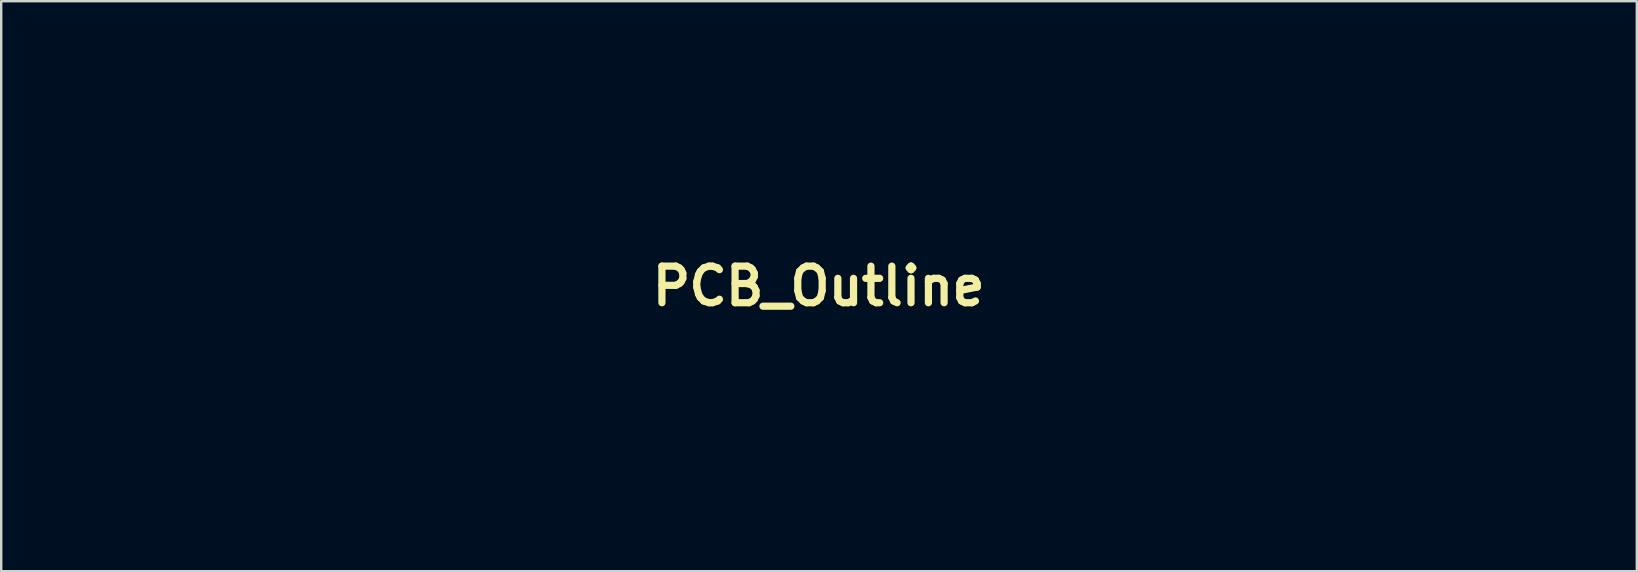
<source format=kicad_pcb>
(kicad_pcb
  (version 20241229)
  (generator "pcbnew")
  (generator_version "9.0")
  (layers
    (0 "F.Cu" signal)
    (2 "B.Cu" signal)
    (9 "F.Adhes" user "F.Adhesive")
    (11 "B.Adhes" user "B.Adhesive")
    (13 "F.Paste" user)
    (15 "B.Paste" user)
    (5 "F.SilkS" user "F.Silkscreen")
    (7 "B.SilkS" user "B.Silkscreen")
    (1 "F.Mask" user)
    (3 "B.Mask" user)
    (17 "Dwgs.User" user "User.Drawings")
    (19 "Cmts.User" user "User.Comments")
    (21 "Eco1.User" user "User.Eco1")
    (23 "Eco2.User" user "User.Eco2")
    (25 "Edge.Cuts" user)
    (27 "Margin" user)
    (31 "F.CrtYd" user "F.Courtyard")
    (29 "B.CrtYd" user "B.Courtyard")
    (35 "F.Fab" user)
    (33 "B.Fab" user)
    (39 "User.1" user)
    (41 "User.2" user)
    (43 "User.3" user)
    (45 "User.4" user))
  (footprint "PCB_Outline"
    (layer "F.Cu")
    (at 31.062 8.874)
    (property "Reference" "PCB_Outline" (at 0 0 0) (layer "F.SilkS") (effects (font (size 1.524 1.524) (thickness 0.3))))
    (attr through_hole)
    (fp_poly (pts (xy 31.084 5.176) (xy 27.391 8.869) (xy -27.364 8.869) (xy -28.674 7.559) (xy -25.804 7.559) (xy -25.802 7.708) (xy -25.768 7.851) (xy -25.704 7.971) (xy -25.658 8.022) (xy -25.52 8.106) (xy -25.36 8.151) (xy -25.193 8.153) (xy -25.037 8.111) (xy -25.015 8.1) (xy -24.894 8.01) (xy -24.807 7.885) (xy -24.756 7.738) (xy -24.75 7.638) (xy -23.263 7.638) (xy -23.247 7.788) (xy -23.231 7.84) (xy -23.166 7.951) (xy -23.069 8.052) (xy -22.97 8.117) (xy -22.872 8.143) (xy -22.748 8.153) (xy -22.623 8.148) (xy -22.525 8.126) (xy -22.423 8.067) (xy -22.324 7.974) (xy -22.249 7.867) (xy -22.249 7.867) (xy -22.211 7.745) (xy -22.207 7.631) (xy -20.718 7.631) (xy -20.714 7.743) (xy -20.698 7.823) (xy -20.665 7.894) (xy -20.643 7.93) (xy -20.549 8.042) (xy -20.438 8.112) (xy -20.299 8.145) (xy -20.166 8.149) (xy -20.054 8.141) (xy -19.976 8.124) (xy -19.912 8.093) (xy -19.868 8.062) (xy -19.757 7.946) (xy -19.689 7.808) (xy -19.668 7.686) (xy -18.175 7.686) (xy -18.135 7.847) (xy -18.127 7.867) (xy -18.039 8.004) (xy -17.921 8.096) (xy -17.771 8.146) (xy -17.648 8.155) (xy -17.482 8.137) (xy -17.383 8.101) (xy -17.261 8.011) (xy -17.175 7.891) (xy -17.127 7.752) (xy -17.118 7.629) (xy -15.634 7.629) (xy -15.623 7.77) (xy -15.59 7.867) (xy -15.52 7.968) (xy -15.428 8.058) (xy -15.333 8.12) (xy -15.322 8.125) (xy -15.226 8.146) (xy -15.102 8.153) (xy -14.978 8.143) (xy -14.879 8.119) (xy -14.875 8.118) (xy -14.746 8.035) (xy -14.653 7.921) (xy -14.595 7.786) (xy -14.575 7.639) (xy -14.583 7.561) (xy -13.09 7.561) (xy -13.086 7.718) (xy -13.041 7.867) (xy -12.959 7.996) (xy -12.843 8.092) (xy -12.831 8.099) (xy -12.703 8.141) (xy -12.554 8.155) (xy -12.407 8.138) (xy -12.308 8.103) (xy -12.173 8.006) (xy -12.08 7.875) (xy -12.033 7.717) (xy -12.027 7.634) (xy -12.038 7.562) (xy -10.544 7.562) (xy -10.537 7.713) (xy -10.497 7.859) (xy -10.429 7.981) (xy -10.389 8.023) (xy -10.257 8.108) (xy -10.101 8.152) (xy -9.937 8.154) (xy -9.781 8.112) (xy -9.73 8.086) (xy -9.612 7.987) (xy -9.532 7.858) (xy -9.49 7.708) (xy -9.49 7.674) (xy -8.003 7.674) (xy -7.975 7.818) (xy -7.91 7.948) (xy -7.808 8.054) (xy -7.737 8.097) (xy -7.604 8.141) (xy -7.452 8.155) (xy -7.307 8.139) (xy -7.242 8.118) (xy -7.133 8.049) (xy -7.037 7.95) (xy -6.976 7.845) (xy -6.959 7.769) (xy -6.948 7.672) (xy -6.947 7.634) (xy -5.463 7.634) (xy -5.447 7.757) (xy -5.405 7.881) (xy -5.345 7.984) (xy -5.31 8.022) (xy -5.176 8.104) (xy -5.019 8.149) (xy -4.855 8.154) (xy -4.703 8.117) (xy -4.674 8.103) (xy -4.56 8.03) (xy -4.481 7.938) (xy -4.436 7.846) (xy -4.398 7.693) (xy -4.401 7.634) (xy -2.911 7.634) (xy -2.905 7.732) (xy -2.889 7.82) (xy -2.881 7.845) (xy -2.82 7.95) (xy -2.727 8.048) (xy -2.623 8.116) (xy -2.622 8.117) (xy -2.5 8.148) (xy -2.355 8.152) (xy -2.211 8.13) (xy -2.123 8.098) (xy -2.001 8.011) (xy -1.914 7.889) (xy -1.864 7.745) (xy -1.86 7.669) (xy -0.373 7.669) (xy -0.344 7.816) (xy -0.276 7.95) (xy -0.168 8.061) (xy -0.131 8.086) (xy -0.059 8.125) (xy 0.007 8.146) (xy 0.089 8.152) (xy 0.181 8.15) (xy 0.295 8.141) (xy 0.374 8.124) (xy 0.439 8.091) (xy 0.476 8.064) (xy 0.586 7.948) (xy 0.658 7.803) (xy 0.689 7.642) (xy 0.682 7.559) (xy 2.178 7.559) (xy 2.179 7.708) (xy 2.213 7.851) (xy 2.277 7.971) (xy 2.323 8.022) (xy 2.461 8.106) (xy 2.622 8.151) (xy 2.788 8.153) (xy 2.944 8.111) (xy 2.967 8.1) (xy 3.087 8.01) (xy 3.174 7.885) (xy 3.225 7.738) (xy 3.235 7.581) (xy 3.2 7.427) (xy 3.192 7.409) (xy 3.106 7.273) (xy 2.99 7.177) (xy 2.855 7.118) (xy 2.709 7.098) (xy 2.564 7.116) (xy 2.427 7.172) (xy 2.31 7.266) (xy 2.222 7.398) (xy 2.212 7.42) (xy 2.178 7.559) (xy 0.682 7.559) (xy 0.675 7.481) (xy 0.657 7.423) (xy 0.598 7.32) (xy 0.505 7.221) (xy 0.398 7.146) (xy 0.398 7.146) (xy 0.283 7.111) (xy 0.144 7.103) (xy 0.003 7.123) (xy -0.101 7.161) (xy -0.226 7.255) (xy -0.314 7.377) (xy -0.363 7.519) (xy -0.373 7.669) (xy -1.86 7.669) (xy -1.855 7.59) (xy -1.889 7.434) (xy -1.923 7.359) (xy -2.019 7.238) (xy -2.141 7.155) (xy -2.281 7.11) (xy -2.429 7.103) (xy -2.573 7.132) (xy -2.704 7.197) (xy -2.811 7.298) (xy -2.881 7.423) (xy -2.899 7.498) (xy -2.91 7.596) (xy -2.911 7.634) (xy -4.401 7.634) (xy -4.405 7.535) (xy -4.453 7.386) (xy -4.538 7.26) (xy -4.59 7.214) (xy -4.736 7.132) (xy -4.888 7.099) (xy -5.039 7.109) (xy -5.179 7.159) (xy -5.299 7.245) (xy -5.392 7.363) (xy -5.449 7.508) (xy -5.463 7.634) (xy -6.947 7.634) (xy -6.953 7.536) (xy -6.969 7.448) (xy -6.976 7.423) (xy -7.054 7.291) (xy -7.167 7.191) (xy -7.306 7.126) (xy -7.459 7.1) (xy -7.615 7.117) (xy -7.743 7.168) (xy -7.864 7.263) (xy -7.948 7.386) (xy -7.994 7.526) (xy -8.003 7.674) (xy -9.49 7.674) (xy -9.49 7.551) (xy -9.532 7.397) (xy -9.589 7.297) (xy -9.684 7.206) (xy -9.813 7.141) (xy -9.96 7.106) (xy -10.108 7.104) (xy -10.24 7.139) (xy -10.256 7.146) (xy -10.363 7.221) (xy -10.455 7.32) (xy -10.515 7.422) (xy -10.515 7.423) (xy -10.544 7.562) (xy -12.038 7.562) (xy -12.052 7.465) (xy -12.124 7.32) (xy -12.236 7.205) (xy -12.385 7.129) (xy -12.406 7.122) (xy -12.575 7.099) (xy -12.734 7.124) (xy -12.876 7.195) (xy -12.99 7.307) (xy -13.05 7.409) (xy -13.09 7.561) (xy -14.583 7.561) (xy -14.591 7.492) (xy -14.645 7.355) (xy -14.737 7.237) (xy -14.83 7.169) (xy -14.984 7.111) (xy -15.143 7.101) (xy -15.298 7.135) (xy -15.435 7.211) (xy -15.544 7.326) (xy -15.563 7.355) (xy -15.614 7.483) (xy -15.634 7.629) (xy -17.118 7.629) (xy -17.117 7.604) (xy -17.143 7.458) (xy -17.205 7.324) (xy -17.305 7.213) (xy -17.399 7.152) (xy -17.516 7.116) (xy -17.652 7.103) (xy -17.786 7.113) (xy -17.89 7.146) (xy -18.021 7.243) (xy -18.114 7.373) (xy -18.167 7.524) (xy -18.175 7.686) (xy -19.668 7.686) (xy -19.663 7.657) (xy -19.677 7.504) (xy -19.732 7.36) (xy -19.825 7.236) (xy -19.949 7.146) (xy -20.025 7.121) (xy -20.126 7.105) (xy -20.183 7.101) (xy -20.355 7.123) (xy -20.501 7.193) (xy -20.622 7.311) (xy -20.636 7.33) (xy -20.682 7.402) (xy -20.707 7.47) (xy -20.717 7.554) (xy -20.718 7.631) (xy -22.207 7.631) (xy -22.206 7.602) (xy -22.232 7.458) (xy -22.276 7.355) (xy -22.376 7.233) (xy -22.504 7.151) (xy -22.648 7.107) (xy -22.798 7.103) (xy -22.944 7.139) (xy -23.075 7.214) (xy -23.18 7.328) (xy -23.194 7.351) (xy -23.245 7.484) (xy -23.263 7.638) (xy -24.75 7.638) (xy -24.747 7.581) (xy -24.782 7.427) (xy -24.789 7.409) (xy -24.876 7.273) (xy -24.991 7.177) (xy -25.127 7.118) (xy -25.272 7.098) (xy -25.418 7.116) (xy -25.554 7.172) (xy -25.671 7.266) (xy -25.76 7.398) (xy -25.769 7.42) (xy -25.804 7.559) (xy -28.674 7.559) (xy -31.057 5.176) (xy -31.057 2.631) (xy -29.711 2.631) (xy -29.689 2.917) (xy -29.622 3.176) (xy -29.506 3.414) (xy -29.339 3.638) (xy -29.259 3.723) (xy -29.038 3.909) (xy -28.794 4.046) (xy -28.531 4.133) (xy -28.252 4.168) (xy -27.962 4.151) (xy -27.858 4.132) (xy -27.581 4.047) (xy -27.333 3.918) (xy -27.118 3.747) (xy -27.063 3.683) (xy -21.691 3.683) (xy -21.688 3.822) (xy -21.654 3.942) (xy -21.633 3.981) (xy -21.564 4.062) (xy -21.482 4.134) (xy -21.473 4.141) (xy -21.364 4.186) (xy -21.231 4.202) (xy -21.092 4.188) (xy -20.968 4.146) (xy -20.927 4.121) (xy -20.824 4.017) (xy -20.76 3.888) (xy -20.737 3.746) (xy -20.743 3.683) (xy -18.918 3.683) (xy -18.914 3.822) (xy -18.881 3.942) (xy -18.86 3.981) (xy -18.791 4.062) (xy -18.709 4.134) (xy -18.699 4.141) (xy -18.591 4.186) (xy -18.457 4.202) (xy -18.318 4.188) (xy -18.194 4.146) (xy -18.154 4.121) (xy -18.05 4.017) (xy -17.987 3.888) (xy -17.963 3.746) (xy -17.965 3.726) (xy -16.132 3.726) (xy -16.123 3.868) (xy -16.091 3.974) (xy -16.027 4.06) (xy -15.924 4.142) (xy -15.818 4.186) (xy -15.685 4.202) (xy -15.547 4.188) (xy -15.424 4.147) (xy -15.38 4.121) (xy -15.309 4.052) (xy -15.248 3.964) (xy -15.237 3.943) (xy -15.192 3.786) (xy -15.194 3.639) (xy -13.366 3.639) (xy -13.364 3.814) (xy -13.319 3.964) (xy -13.233 4.083) (xy -13.113 4.164) (xy -13.005 4.192) (xy -12.873 4.196) (xy -12.742 4.177) (xy -12.633 4.137) (xy -12.609 4.123) (xy -12.504 4.017) (xy -12.439 3.888) (xy -12.415 3.746) (xy -12.426 3.639) (xy -10.593 3.639) (xy -10.591 3.814) (xy -10.545 3.964) (xy -10.46 4.083) (xy -10.34 4.164) (xy -10.231 4.192) (xy -10.1 4.196) (xy -9.968 4.177) (xy -9.859 4.137) (xy -9.836 4.123) (xy -9.73 4.017) (xy -9.666 3.888) (xy -9.641 3.746) (xy -9.656 3.603) (xy -9.71 3.471) (xy -9.802 3.36) (xy -9.884 3.303) (xy -10.032 3.252) (xy -10.18 3.246) (xy -10.319 3.282) (xy -10.44 3.355) (xy -10.531 3.46) (xy -10.585 3.594) (xy -10.593 3.639) (xy -12.426 3.639) (xy -12.43 3.603) (xy -12.484 3.471) (xy -12.575 3.36) (xy -12.658 3.303) (xy -12.806 3.252) (xy -12.954 3.246) (xy -13.093 3.282) (xy -13.213 3.355) (xy -13.305 3.46) (xy -13.359 3.594) (xy -13.366 3.639) (xy -15.194 3.639) (xy -15.194 3.638) (xy -15.239 3.504) (xy -15.319 3.391) (xy -15.428 3.306) (xy -15.558 3.254) (xy -15.705 3.244) (xy -15.861 3.281) (xy -15.888 3.293) (xy -16.005 3.364) (xy -16.081 3.459) (xy -16.122 3.585) (xy -16.132 3.726) (xy -17.965 3.726) (xy -17.978 3.603) (xy -18.032 3.471) (xy -18.123 3.36) (xy -18.205 3.303) (xy -18.351 3.253) (xy -18.504 3.248) (xy -18.65 3.286) (xy -18.775 3.364) (xy -18.839 3.435) (xy -18.893 3.548) (xy -18.918 3.683) (xy -20.743 3.683) (xy -20.752 3.603) (xy -20.805 3.471) (xy -20.896 3.36) (xy -20.978 3.303) (xy -21.125 3.253) (xy -21.278 3.248) (xy -21.423 3.286) (xy -21.548 3.364) (xy -21.613 3.435) (xy -21.666 3.548) (xy -21.691 3.683) (xy -27.063 3.683) (xy -26.939 3.539) (xy -26.799 3.297) (xy -26.702 3.025) (xy -26.663 2.83) (xy -26.652 2.568) (xy -26.657 2.533) (xy -4.689 2.533) (xy -4.684 2.801) (xy -4.631 3.066) (xy -4.531 3.319) (xy -4.385 3.557) (xy -4.24 3.724) (xy -4.025 3.901) (xy -3.782 4.035) (xy -3.517 4.124) (xy -3.239 4.166) (xy -2.956 4.158) (xy -2.868 4.144) (xy -2.766 4.118) (xy -2.639 4.074) (xy -2.509 4.021) (xy -2.471 4.003) (xy -2.234 3.861) (xy -2.034 3.685) (xy -1.872 3.48) (xy -1.75 3.252) (xy -1.668 3.008) (xy -1.628 2.754) (xy -1.628 2.694) (xy 1.652 2.694) (xy 1.657 2.839) (xy 1.67 2.954) (xy 1.673 2.969) (xy 1.753 3.225) (xy 1.881 3.463) (xy 2.049 3.677) (xy 2.252 3.86) (xy 2.483 4.006) (xy 2.736 4.108) (xy 2.828 4.133) (xy 3.021 4.159) (xy 3.239 4.16) (xy 3.459 4.138) (xy 3.654 4.094) (xy 3.909 3.987) (xy 4.132 3.841) (xy 4.192 3.783) (xy 9.662 3.783) (xy 9.701 3.932) (xy 9.78 4.055) (xy 9.893 4.144) (xy 10.036 4.194) (xy 10.126 4.201) (xy 10.231 4.193) (xy 10.331 4.171) (xy 10.369 4.157) (xy 10.487 4.073) (xy 10.569 3.957) (xy 10.614 3.821) (xy 10.615 3.808) (xy 12.442 3.808) (xy 12.45 3.882) (xy 12.475 3.942) (xy 12.499 3.981) (xy 12.568 4.062) (xy 12.65 4.134) (xy 12.659 4.141) (xy 12.768 4.186) (xy 12.901 4.202) (xy 13.04 4.188) (xy 13.164 4.146) (xy 13.205 4.121) (xy 13.276 4.052) (xy 13.337 3.964) (xy 13.348 3.943) (xy 13.387 3.808) (xy 15.215 3.808) (xy 15.224 3.882) (xy 15.248 3.942) (xy 15.273 3.981) (xy 15.341 4.062) (xy 15.423 4.134) (xy 15.433 4.141) (xy 15.541 4.186) (xy 15.675 4.202) (xy 15.814 4.188) (xy 15.938 4.146) (xy 15.978 4.121) (xy 16.05 4.052) (xy 16.111 3.964) (xy 16.121 3.943) (xy 16.161 3.808) (xy 17.989 3.808) (xy 17.997 3.882) (xy 18.021 3.942) (xy 18.046 3.981) (xy 18.115 4.062) (xy 18.197 4.134) (xy 18.206 4.141) (xy 18.315 4.186) (xy 18.448 4.202) (xy 18.587 4.188) (xy 18.711 4.146) (xy 18.752 4.121) (xy 18.823 4.052) (xy 18.884 3.964) (xy 18.895 3.943) (xy 18.94 3.787) (xy 18.939 3.683) (xy 20.761 3.683) (xy 20.765 3.822) (xy 20.798 3.942) (xy 20.819 3.981) (xy 20.888 4.062) (xy 20.97 4.134) (xy 20.98 4.141) (xy 21.088 4.186) (xy 21.222 4.202) (xy 21.361 4.188) (xy 21.485 4.146) (xy 21.525 4.121) (xy 21.628 4.016) (xy 21.692 3.883) (xy 21.716 3.733) (xy 21.695 3.581) (xy 21.657 3.486) (xy 21.568 3.371) (xy 21.449 3.292) (xy 21.311 3.251) (xy 21.167 3.248) (xy 21.029 3.285) (xy 20.907 3.361) (xy 20.84 3.435) (xy 20.786 3.548) (xy 20.761 3.683) (xy 18.939 3.683) (xy 18.938 3.64) (xy 18.894 3.506) (xy 18.816 3.393) (xy 18.71 3.308) (xy 18.582 3.256) (xy 18.439 3.244) (xy 18.288 3.278) (xy 18.234 3.302) (xy 18.12 3.374) (xy 18.047 3.459) (xy 18.007 3.571) (xy 17.991 3.701) (xy 17.989 3.808) (xy 16.161 3.808) (xy 16.167 3.787) (xy 16.164 3.64) (xy 16.121 3.506) (xy 16.043 3.393) (xy 15.936 3.308) (xy 15.808 3.256) (xy 15.665 3.244) (xy 15.514 3.278) (xy 15.46 3.302) (xy 15.347 3.374) (xy 15.274 3.459) (xy 15.233 3.571) (xy 15.218 3.701) (xy 15.215 3.808) (xy 13.387 3.808) (xy 13.393 3.787) (xy 13.391 3.64) (xy 13.347 3.506) (xy 13.269 3.393) (xy 13.163 3.308) (xy 13.035 3.256) (xy 12.892 3.244) (xy 12.741 3.278) (xy 12.687 3.302) (xy 12.573 3.374) (xy 12.501 3.459) (xy 12.46 3.571) (xy 12.444 3.701) (xy 12.442 3.808) (xy 10.615 3.808) (xy 10.62 3.676) (xy 10.585 3.535) (xy 10.509 3.413) (xy 10.382 3.306) (xy 10.239 3.25) (xy 10.085 3.246) (xy 9.926 3.296) (xy 9.913 3.302) (xy 9.785 3.39) (xy 9.704 3.501) (xy 9.668 3.615) (xy 9.662 3.783) (xy 4.192 3.783) (xy 4.321 3.66) (xy 4.475 3.451) (xy 4.591 3.219) (xy 4.667 2.971) (xy 4.702 2.712) (xy 4.695 2.513) (xy 26.67 2.513) (xy 26.67 2.772) (xy 26.714 3.026) (xy 26.799 3.27) (xy 26.926 3.497) (xy 27.092 3.701) (xy 27.297 3.876) (xy 27.515 4.004) (xy 27.754 4.102) (xy 27.98 4.157) (xy 28.21 4.171) (xy 28.462 4.146) (xy 28.473 4.144) (xy 28.699 4.084) (xy 28.926 3.982) (xy 29.137 3.849) (xy 29.281 3.726) (xy 29.464 3.51) (xy 29.599 3.273) (xy 29.686 3.01) (xy 29.729 2.718) (xy 29.721 2.433) (xy 29.661 2.159) (xy 29.551 1.901) (xy 29.392 1.666) (xy 29.275 1.538) (xy 29.102 1.386) (xy 28.93 1.276) (xy 28.739 1.194) (xy 28.597 1.153) (xy 28.311 1.105) (xy 28.03 1.111) (xy 27.805 1.153) (xy 27.598 1.218) (xy 27.423 1.302) (xy 27.26 1.418) (xy 27.116 1.551) (xy 26.935 1.768) (xy 26.801 2.005) (xy 26.713 2.255) (xy 26.67 2.513) (xy 4.695 2.513) (xy 4.693 2.448) (xy 4.639 2.186) (xy 4.538 1.93) (xy 4.432 1.751) (xy 4.257 1.54) (xy 4.053 1.371) (xy 3.826 1.243) (xy 3.583 1.157) (xy 3.329 1.111) (xy 3.071 1.107) (xy 2.816 1.143) (xy 2.57 1.221) (xy 2.34 1.339) (xy 2.131 1.498) (xy 1.95 1.697) (xy 1.887 1.789) (xy 1.778 1.986) (xy 1.706 2.181) (xy 1.666 2.396) (xy 1.654 2.54) (xy 1.652 2.694) (xy -1.628 2.694) (xy -1.629 2.496) (xy -1.673 2.24) (xy -1.76 1.992) (xy -1.892 1.758) (xy -2.069 1.544) (xy -2.125 1.49) (xy -2.318 1.34) (xy -2.527 1.23) (xy -2.762 1.153) (xy -3.047 1.105) (xy -3.329 1.111) (xy -3.554 1.153) (xy -3.76 1.217) (xy -3.935 1.302) (xy -4.098 1.418) (xy -4.242 1.552) (xy -4.425 1.77) (xy -4.56 2.011) (xy -4.648 2.268) (xy -4.689 2.533) (xy -26.657 2.533) (xy -26.687 2.304) (xy -26.766 2.046) (xy -26.884 1.807) (xy -27.037 1.597) (xy -27.153 1.481) (xy -27.286 1.385) (xy -27.452 1.29) (xy -27.632 1.207) (xy -27.805 1.146) (xy -27.894 1.124) (xy -28.154 1.1) (xy -28.424 1.122) (xy -28.689 1.187) (xy -28.933 1.293) (xy -29.017 1.343) (xy -29.247 1.523) (xy -29.432 1.736) (xy -29.572 1.976) (xy -29.665 2.242) (xy -29.708 2.529) (xy -29.711 2.631) (xy -31.057 2.631) (xy -31.057 0.872) (xy -20.32 0.872) (xy -20.302 0.987) (xy -20.256 1.111) (xy -20.194 1.212) (xy -20.189 1.218) (xy -20.118 1.274) (xy -20.019 1.326) (xy -19.917 1.362) (xy -19.853 1.372) (xy -19.782 1.365) (xy -19.692 1.347) (xy -19.675 1.342) (xy -19.548 1.281) (xy -19.45 1.183) (xy -19.384 1.059) (xy -19.36 0.952) (xy -17.538 0.952) (xy -17.504 1.064) (xy -17.441 1.182) (xy -17.359 1.265) (xy -17.258 1.321) (xy -17.146 1.361) (xy -17.041 1.369) (xy -16.916 1.346) (xy -16.902 1.342) (xy -16.77 1.281) (xy -16.672 1.187) (xy -16.609 1.07) (xy -16.58 0.939) (xy -16.582 0.872) (xy -14.773 0.872) (xy -14.755 0.987) (xy -14.709 1.111) (xy -14.647 1.212) (xy -14.642 1.218) (xy -14.534 1.301) (xy -14.397 1.35) (xy -14.247 1.361) (xy -14.099 1.333) (xy -14.035 1.306) (xy -13.924 1.22) (xy -13.848 1.102) (xy -13.808 0.965) (xy -13.807 0.952) (xy -11.991 0.952) (xy -11.958 1.064) (xy -11.894 1.182) (xy -11.812 1.265) (xy -11.711 1.321) (xy -11.559 1.367) (xy -11.411 1.358) (xy -11.286 1.311) (xy -11.161 1.226) (xy -11.08 1.118) (xy -11.037 0.993) (xy -11.026 0.835) (xy -11.026 0.833) (xy 11.043 0.833) (xy 11.047 0.988) (xy 11.102 1.127) (xy 11.204 1.244) (xy 11.327 1.323) (xy 11.466 1.361) (xy 11.618 1.355) (xy 11.763 1.306) (xy 11.808 1.28) (xy 11.915 1.178) (xy 11.979 1.042) (xy 11.998 0.893) (xy 13.812 0.893) (xy 13.832 1.005) (xy 13.882 1.125) (xy 13.95 1.224) (xy 13.968 1.241) (xy 14.096 1.322) (xy 14.245 1.36) (xy 14.399 1.353) (xy 14.546 1.301) (xy 14.581 1.28) (xy 14.682 1.183) (xy 14.746 1.06) (xy 14.773 0.921) (xy 14.768 0.834) (xy 16.591 0.834) (xy 16.597 0.968) (xy 16.641 1.098) (xy 16.724 1.214) (xy 16.85 1.308) (xy 16.86 1.313) (xy 17.009 1.36) (xy 17.164 1.357) (xy 17.314 1.304) (xy 17.354 1.28) (xy 17.462 1.178) (xy 17.525 1.044) (xy 17.546 0.875) (xy 17.546 0.875) (xy 17.54 0.834) (xy 19.364 0.834) (xy 19.37 0.968) (xy 19.413 1.097) (xy 19.496 1.212) (xy 19.621 1.305) (xy 19.633 1.311) (xy 19.744 1.357) (xy 19.846 1.37) (xy 19.964 1.353) (xy 20.004 1.342) (xy 20.129 1.281) (xy 20.232 1.179) (xy 20.301 1.051) (xy 20.315 1.002) (xy 20.327 0.833) (xy 20.291 0.684) (xy 20.214 0.559) (xy 20.101 0.467) (xy 19.956 0.413) (xy 19.836 0.402) (xy 19.681 0.427) (xy 19.555 0.492) (xy 19.459 0.587) (xy 19.395 0.704) (xy 19.364 0.834) (xy 17.54 0.834) (xy 17.522 0.71) (xy 17.455 0.575) (xy 17.348 0.477) (xy 17.208 0.418) (xy 17.062 0.402) (xy 16.908 0.427) (xy 16.781 0.492) (xy 16.685 0.587) (xy 16.621 0.704) (xy 16.591 0.834) (xy 14.768 0.834) (xy 14.765 0.779) (xy 14.722 0.645) (xy 14.644 0.532) (xy 14.534 0.451) (xy 14.393 0.409) (xy 14.243 0.405) (xy 14.1 0.438) (xy 13.98 0.506) (xy 13.944 0.541) (xy 13.88 0.639) (xy 13.832 0.763) (xy 13.812 0.884) (xy 13.812 0.893) (xy 11.998 0.893) (xy 12 0.878) (xy 11.977 0.725) (xy 11.915 0.598) (xy 11.822 0.501) (xy 11.707 0.433) (xy 11.579 0.399) (xy 11.447 0.399) (xy 11.319 0.436) (xy 11.205 0.511) (xy 11.113 0.627) (xy 11.091 0.671) (xy 11.043 0.833) (xy -11.026 0.833) (xy -11.063 0.69) (xy -11.139 0.567) (xy -11.248 0.472) (xy -11.382 0.413) (xy -11.534 0.398) (xy -11.619 0.41) (xy -11.759 0.46) (xy -11.864 0.546) (xy -11.938 0.66) (xy -11.991 0.808) (xy -11.991 0.952) (xy -13.807 0.952) (xy -13.805 0.82) (xy -13.841 0.68) (xy -13.918 0.556) (xy -13.937 0.536) (xy -14.058 0.452) (xy -14.203 0.407) (xy -14.355 0.403) (xy -14.501 0.442) (xy -14.579 0.487) (xy -14.651 0.563) (xy -14.715 0.67) (xy -14.76 0.786) (xy -14.773 0.872) (xy -16.582 0.872) (xy -16.584 0.803) (xy -16.622 0.674) (xy -16.694 0.559) (xy -16.798 0.469) (xy -16.925 0.416) (xy -17.093 0.398) (xy -17.244 0.43) (xy -17.372 0.51) (xy -17.472 0.636) (xy -17.485 0.66) (xy -17.537 0.808) (xy -17.538 0.952) (xy -19.36 0.952) (xy -19.353 0.92) (xy -19.359 0.778) (xy -19.405 0.643) (xy -19.482 0.538) (xy -19.604 0.452) (xy -19.75 0.407) (xy -19.903 0.403) (xy -20.048 0.443) (xy -20.126 0.487) (xy -20.198 0.563) (xy -20.262 0.67) (xy -20.307 0.786) (xy -20.32 0.872) (xy -31.057 0.872) (xy -31.057 -7.628) (xy -25.811 -7.628) (xy -25.786 -7.462) (xy -25.714 -7.318) (xy -25.604 -7.204) (xy -25.461 -7.129) (xy -25.451 -7.126) (xy -25.354 -7.098) (xy -25.283 -7.089) (xy -25.212 -7.097) (xy -25.139 -7.115) (xy -24.982 -7.184) (xy -24.861 -7.29) (xy -24.781 -7.428) (xy -24.747 -7.589) (xy -24.748 -7.606) (xy -23.266 -7.606) (xy -23.239 -7.452) (xy -23.173 -7.319) (xy -23.074 -7.212) (xy -22.949 -7.138) (xy -22.805 -7.101) (xy -22.649 -7.106) (xy -22.488 -7.159) (xy -22.448 -7.181) (xy -22.328 -7.28) (xy -22.247 -7.414) (xy -22.208 -7.575) (xy -22.207 -7.591) (xy -20.726 -7.591) (xy -20.692 -7.441) (xy -20.613 -7.301) (xy -20.569 -7.251) (xy -20.486 -7.183) (xy -20.396 -7.131) (xy -20.358 -7.117) (xy -20.224 -7.1) (xy -20.081 -7.11) (xy -19.955 -7.147) (xy -19.925 -7.162) (xy -19.858 -7.213) (xy -19.785 -7.284) (xy -19.762 -7.312) (xy -19.69 -7.441) (xy -19.662 -7.589) (xy -19.667 -7.652) (xy -18.176 -7.652) (xy -18.16 -7.496) (xy -18.101 -7.35) (xy -18 -7.225) (xy -17.985 -7.212) (xy -17.91 -7.16) (xy -17.837 -7.126) (xy -17.826 -7.123) (xy -17.761 -7.108) (xy -17.725 -7.097) (xy -17.666 -7.092) (xy -17.578 -7.103) (xy -17.479 -7.126) (xy -17.393 -7.156) (xy -17.387 -7.159) (xy -17.266 -7.244) (xy -17.18 -7.36) (xy -17.13 -7.497) (xy -17.118 -7.632) (xy -15.633 -7.632) (xy -15.61 -7.465) (xy -15.543 -7.324) (xy -15.442 -7.214) (xy -15.315 -7.138) (xy -15.168 -7.101) (xy -15.01 -7.107) (xy -14.849 -7.162) (xy -14.814 -7.181) (xy -14.699 -7.276) (xy -14.621 -7.402) (xy -14.58 -7.548) (xy -14.578 -7.683) (xy -13.089 -7.683) (xy -13.082 -7.514) (xy -13.027 -7.363) (xy -12.929 -7.238) (xy -12.796 -7.147) (xy -12.714 -7.117) (xy -12.625 -7.095) (xy -12.555 -7.09) (xy -12.478 -7.102) (xy -12.395 -7.125) (xy -12.251 -7.194) (xy -12.139 -7.301) (xy -12.063 -7.436) (xy -12.028 -7.588) (xy -12.029 -7.603) (xy -10.543 -7.603) (xy -10.525 -7.46) (xy -10.507 -7.406) (xy -10.453 -7.318) (xy -10.37 -7.231) (xy -10.277 -7.161) (xy -10.194 -7.124) (xy -10.129 -7.108) (xy -10.091 -7.097) (xy -10.029 -7.092) (xy -9.937 -7.105) (xy -9.836 -7.132) (xy -9.748 -7.167) (xy -9.626 -7.257) (xy -9.542 -7.377) (xy -9.495 -7.516) (xy -9.487 -7.634) (xy -8.002 -7.634) (xy -7.984 -7.488) (xy -7.934 -7.353) (xy -7.861 -7.247) (xy -7.812 -7.205) (xy -7.654 -7.13) (xy -7.489 -7.099) (xy -7.328 -7.114) (xy -7.222 -7.153) (xy -7.127 -7.222) (xy -7.039 -7.317) (xy -6.98 -7.414) (xy -6.976 -7.423) (xy -6.959 -7.498) (xy -6.948 -7.596) (xy -6.947 -7.628) (xy -5.464 -7.628) (xy -5.437 -7.465) (xy -5.365 -7.321) (xy -5.254 -7.205) (xy -5.111 -7.127) (xy -5.08 -7.117) (xy -4.986 -7.094) (xy -4.914 -7.09) (xy -4.832 -7.104) (xy -4.792 -7.115) (xy -4.637 -7.183) (xy -4.515 -7.291) (xy -4.433 -7.43) (xy -4.395 -7.591) (xy -4.395 -7.606) (xy -2.909 -7.606) (xy -2.895 -7.478) (xy -2.874 -7.406) (xy -2.819 -7.318) (xy -2.736 -7.231) (xy -2.643 -7.161) (xy -2.56 -7.124) (xy -2.495 -7.108) (xy -2.458 -7.097) (xy -2.393 -7.092) (xy -2.299 -7.106) (xy -2.196 -7.135) (xy -2.104 -7.174) (xy -2.102 -7.175) (xy -1.985 -7.268) (xy -1.906 -7.39) (xy -1.863 -7.53) (xy -1.862 -7.549) (xy -0.368 -7.549) (xy -0.324 -7.395) (xy -0.313 -7.374) (xy -0.219 -7.249) (xy -0.092 -7.159) (xy 0.056 -7.107) (xy 0.213 -7.097) (xy 0.368 -7.133) (xy 0.412 -7.153) (xy 0.507 -7.222) (xy 0.594 -7.317) (xy 0.654 -7.414) (xy 0.657 -7.423) (xy 0.684 -7.55) (xy 0.682 -7.628) (xy 2.17 -7.628) (xy 2.196 -7.462) (xy 2.267 -7.318) (xy 2.377 -7.204) (xy 2.52 -7.129) (xy 2.53 -7.126) (xy 2.627 -7.098) (xy 2.699 -7.089) (xy 2.769 -7.097) (xy 2.842 -7.115) (xy 2.999 -7.184) (xy 3.12 -7.29) (xy 3.2 -7.428) (xy 3.234 -7.589) (xy 3.232 -7.683) (xy 3.19 -7.853) (xy 3.107 -7.989) (xy 2.987 -8.087) (xy 2.834 -8.143) (xy 2.705 -8.155) (xy 2.53 -8.132) (xy 2.384 -8.065) (xy 2.272 -7.959) (xy 2.199 -7.819) (xy 2.17 -7.65) (xy 2.17 -7.628) (xy 0.682 -7.628) (xy 0.681 -7.695) (xy 0.652 -7.831) (xy 0.632 -7.88) (xy 0.543 -8.01) (xy 0.426 -8.096) (xy 0.276 -8.142) (xy 0.189 -8.151) (xy 0.08 -8.154) (xy 0.003 -8.145) (xy -0.066 -8.12) (xy -0.123 -8.089) (xy -0.241 -7.989) (xy -0.323 -7.858) (xy -0.367 -7.707) (xy -0.368 -7.549) (xy -1.862 -7.549) (xy -1.857 -7.678) (xy -1.886 -7.822) (xy -1.952 -7.951) (xy -2.053 -8.056) (xy -2.123 -8.098) (xy -2.258 -8.141) (xy -2.41 -8.155) (xy -2.555 -8.138) (xy -2.616 -8.118) (xy -2.725 -8.049) (xy -2.821 -7.95) (xy -2.881 -7.845) (xy -2.905 -7.737) (xy -2.909 -7.606) (xy -4.395 -7.606) (xy -4.394 -7.628) (xy -4.417 -7.8) (xy -4.485 -7.943) (xy -4.593 -8.054) (xy -4.735 -8.126) (xy -4.906 -8.155) (xy -4.929 -8.155) (xy -5.104 -8.132) (xy -5.25 -8.065) (xy -5.362 -7.959) (xy -5.435 -7.819) (xy -5.464 -7.65) (xy -5.464 -7.628) (xy -6.947 -7.628) (xy -6.947 -7.634) (xy -6.97 -7.809) (xy -7.036 -7.953) (xy -7.142 -8.061) (xy -7.284 -8.129) (xy -7.459 -8.155) (xy -7.473 -8.155) (xy -7.646 -8.132) (xy -7.791 -8.064) (xy -7.902 -7.958) (xy -7.974 -7.819) (xy -8.002 -7.653) (xy -8.002 -7.634) (xy -9.487 -7.634) (xy -9.485 -7.664) (xy -9.513 -7.81) (xy -9.579 -7.943) (xy -9.683 -8.054) (xy -9.735 -8.089) (xy -9.811 -8.129) (xy -9.88 -8.149) (xy -9.964 -8.154) (xy -10.047 -8.151) (xy -10.216 -8.123) (xy -10.348 -8.057) (xy -10.449 -7.949) (xy -10.49 -7.88) (xy -10.531 -7.752) (xy -10.543 -7.603) (xy -12.029 -7.603) (xy -12.039 -7.748) (xy -12.069 -7.846) (xy -12.155 -7.989) (xy -12.274 -8.088) (xy -12.426 -8.143) (xy -12.563 -8.155) (xy -12.737 -8.132) (xy -12.882 -8.064) (xy -12.992 -7.955) (xy -13.064 -7.809) (xy -13.089 -7.683) (xy -14.578 -7.683) (xy -14.578 -7.701) (xy -14.616 -7.849) (xy -14.696 -7.982) (xy -14.713 -8.001) (xy -14.836 -8.096) (xy -14.985 -8.146) (xy -15.1 -8.155) (xy -15.252 -8.142) (xy -15.374 -8.096) (xy -15.469 -8.023) (xy -15.567 -7.904) (xy -15.62 -7.771) (xy -15.633 -7.632) (xy -17.118 -7.632) (xy -17.117 -7.644) (xy -17.139 -7.79) (xy -17.197 -7.925) (xy -17.292 -8.038) (xy -17.389 -8.104) (xy -17.524 -8.147) (xy -17.676 -8.156) (xy -17.826 -8.132) (xy -17.953 -8.075) (xy -17.971 -8.062) (xy -18.082 -7.946) (xy -18.15 -7.805) (xy -18.176 -7.652) (xy -19.667 -7.652) (xy -19.674 -7.743) (xy -19.726 -7.889) (xy -19.815 -8.015) (xy -19.867 -8.062) (xy -19.989 -8.124) (xy -20.136 -8.154) (xy -20.289 -8.151) (xy -20.429 -8.114) (xy -20.451 -8.104) (xy -20.579 -8.011) (xy -20.668 -7.887) (xy -20.718 -7.744) (xy -20.726 -7.591) (xy -22.207 -7.591) (xy -22.206 -7.632) (xy -22.224 -7.79) (xy -22.282 -7.921) (xy -22.37 -8.023) (xy -22.478 -8.103) (xy -22.602 -8.145) (xy -22.739 -8.155) (xy -22.911 -8.132) (xy -23.055 -8.064) (xy -23.165 -7.954) (xy -23.237 -7.807) (xy -23.245 -7.777) (xy -23.266 -7.606) (xy -24.748 -7.606) (xy -24.75 -7.683) (xy -24.791 -7.853) (xy -24.874 -7.989) (xy -24.994 -8.087) (xy -25.147 -8.143) (xy -25.276 -8.155) (xy -25.451 -8.132) (xy -25.597 -8.065) (xy -25.709 -7.959) (xy -25.782 -7.819) (xy -25.811 -7.65) (xy -25.811 -7.628) (xy -31.057 -7.628) (xy -31.057 -8.869) (xy 31.084 -8.869) (xy 31.084 5.176)) (stroke (width 0.01) (type solid)) (fill no) (layer "Eco1.User")))
  (gr_rect
    (start -3 -3)
    (end 65.151 20.749)
    (stroke (width 0.1) (type default))
    (fill no)
    (layer "Edge.Cuts")))
</source>
